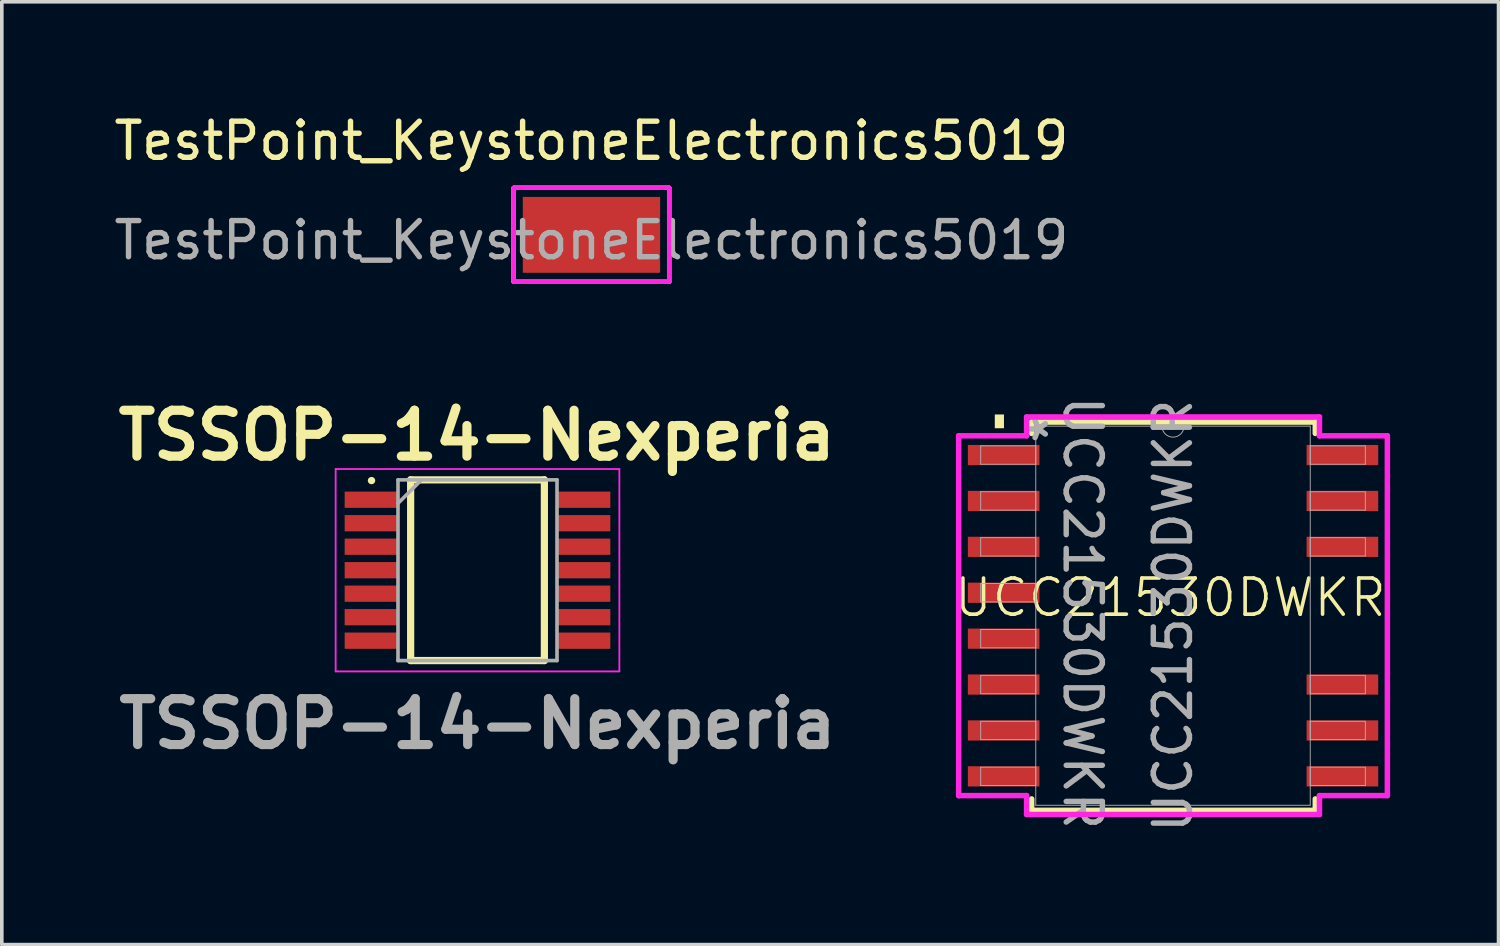
<source format=kicad_pcb>
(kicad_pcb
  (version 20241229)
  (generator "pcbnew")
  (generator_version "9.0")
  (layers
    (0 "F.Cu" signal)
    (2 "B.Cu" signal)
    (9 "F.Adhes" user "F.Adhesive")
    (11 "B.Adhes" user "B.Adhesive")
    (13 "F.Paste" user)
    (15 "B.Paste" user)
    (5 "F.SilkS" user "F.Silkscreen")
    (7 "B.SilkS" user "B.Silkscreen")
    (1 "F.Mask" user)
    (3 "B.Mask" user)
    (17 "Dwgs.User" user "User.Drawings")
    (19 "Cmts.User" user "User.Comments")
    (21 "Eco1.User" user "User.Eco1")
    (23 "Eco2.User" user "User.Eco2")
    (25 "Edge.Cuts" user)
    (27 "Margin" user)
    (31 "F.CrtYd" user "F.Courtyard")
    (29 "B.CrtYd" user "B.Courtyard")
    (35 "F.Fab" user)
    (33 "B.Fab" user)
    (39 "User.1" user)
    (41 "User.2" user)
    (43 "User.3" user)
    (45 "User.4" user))
  (footprint "UCC21530DWKR"
    (layer "F.Cu")
    (at 29.33 13.986)
    (property "Reference" "UCC21530DWKR" (at 0 -0.5 0) (unlocked yes) (layer "F.SilkS") (effects (font (size 1 1) (thickness 0.1))))
    (attr smd)
    (fp_line (start -3.835 -5.359) (end -3.835 -5.044) (stroke (width 0.152) (type solid)) (layer "F.SilkS"))
    (fp_line (start -3.835 5.07) (end -3.835 5.385) (stroke (width 0.152) (type solid)) (layer "F.SilkS"))
    (fp_line (start -3.835 5.385) (end 4.013 5.385) (stroke (width 0.152) (type solid)) (layer "F.SilkS"))
    (fp_line (start 4.013 -5.359) (end -3.835 -5.359) (stroke (width 0.152) (type solid)) (layer "F.SilkS"))
    (fp_line (start 4.013 -5.044) (end 4.013 -5.359) (stroke (width 0.152) (type solid)) (layer "F.SilkS"))
    (fp_line (start 4.013 5.385) (end 4.013 5.07) (stroke (width 0.152) (type solid)) (layer "F.SilkS"))
    (fp_rect (start -4.855 -5.568) (end -4.601 -5.187) (stroke (width 0) (type solid)) (fill yes) (layer "F.SilkS"))
    (fp_line (start -5.855 -4.978) (end -3.975 -4.978) (stroke (width 0.152) (type solid)) (layer "F.CrtYd"))
    (fp_line (start -5.855 4.978) (end -5.855 -4.978) (stroke (width 0.152) (type solid)) (layer "F.CrtYd"))
    (fp_line (start -5.855 4.978) (end -3.975 4.978) (stroke (width 0.152) (type solid)) (layer "F.CrtYd"))
    (fp_line (start -3.975 -5.499) (end 4.128 -5.499) (stroke (width 0.152) (type solid)) (layer "F.CrtYd"))
    (fp_line (start -3.975 -4.978) (end -3.975 -5.499) (stroke (width 0.152) (type solid)) (layer "F.CrtYd"))
    (fp_line (start -3.975 5.499) (end -3.975 4.978) (stroke (width 0.152) (type solid)) (layer "F.CrtYd"))
    (fp_line (start 4.128 -5.499) (end 4.128 -4.978) (stroke (width 0.152) (type solid)) (layer "F.CrtYd"))
    (fp_line (start 4.128 4.978) (end 4.128 5.499) (stroke (width 0.152) (type solid)) (layer "F.CrtYd"))
    (fp_line (start 4.128 5.499) (end -3.975 5.499) (stroke (width 0.152) (type solid)) (layer "F.CrtYd"))
    (fp_line (start 6.007 -4.978) (end 4.128 -4.978) (stroke (width 0.152) (type solid)) (layer "F.CrtYd"))
    (fp_line (start 6.007 -4.978) (end 6.007 4.978) (stroke (width 0.152) (type solid)) (layer "F.CrtYd"))
    (fp_line (start 6.007 4.978) (end 4.128 4.978) (stroke (width 0.152) (type solid)) (layer "F.CrtYd"))
    (fp_line (start -5.245 -4.699) (end -5.245 -4.191) (stroke (width 0.025) (type solid)) (layer "F.Fab"))
    (fp_line (start -5.245 -4.191) (end -3.721 -4.191) (stroke (width 0.025) (type solid)) (layer "F.Fab"))
    (fp_line (start -5.245 -3.429) (end -5.245 -2.921) (stroke (width 0.025) (type solid)) (layer "F.Fab"))
    (fp_line (start -5.245 -2.921) (end -3.721 -2.921) (stroke (width 0.025) (type solid)) (layer "F.Fab"))
    (fp_line (start -5.245 -2.159) (end -5.245 -1.651) (stroke (width 0.025) (type solid)) (layer "F.Fab"))
    (fp_line (start -5.245 -1.651) (end -3.721 -1.651) (stroke (width 0.025) (type solid)) (layer "F.Fab"))
    (fp_line (start -5.245 -0.889) (end -5.245 -0.381) (stroke (width 0.025) (type solid)) (layer "F.Fab"))
    (fp_line (start -5.245 -0.381) (end -3.721 -0.381) (stroke (width 0.025) (type solid)) (layer "F.Fab"))
    (fp_line (start -5.245 0.381) (end -5.245 0.889) (stroke (width 0.025) (type solid)) (layer "F.Fab"))
    (fp_line (start -5.245 0.889) (end -3.721 0.889) (stroke (width 0.025) (type solid)) (layer "F.Fab"))
    (fp_line (start -5.245 1.651) (end -5.245 2.159) (stroke (width 0.025) (type solid)) (layer "F.Fab"))
    (fp_line (start -5.245 2.159) (end -3.721 2.159) (stroke (width 0.025) (type solid)) (layer "F.Fab"))
    (fp_line (start -5.245 2.921) (end -5.245 3.429) (stroke (width 0.025) (type solid)) (layer "F.Fab"))
    (fp_line (start -5.245 3.429) (end -3.721 3.429) (stroke (width 0.025) (type solid)) (layer "F.Fab"))
    (fp_line (start -5.245 4.191) (end -5.245 4.699) (stroke (width 0.025) (type solid)) (layer "F.Fab"))
    (fp_line (start -5.245 4.699) (end -3.721 4.699) (stroke (width 0.025) (type solid)) (layer "F.Fab"))
    (fp_line (start -3.721 -5.245) (end -3.721 5.245) (stroke (width 0.025) (type solid)) (layer "F.Fab"))
    (fp_line (start -3.721 -4.699) (end -5.245 -4.699) (stroke (width 0.025) (type solid)) (layer "F.Fab"))
    (fp_line (start -3.721 -4.191) (end -3.721 -4.699) (stroke (width 0.025) (type solid)) (layer "F.Fab"))
    (fp_line (start -3.721 -3.429) (end -5.245 -3.429) (stroke (width 0.025) (type solid)) (layer "F.Fab"))
    (fp_line (start -3.721 -2.921) (end -3.721 -3.429) (stroke (width 0.025) (type solid)) (layer "F.Fab"))
    (fp_line (start -3.721 -2.159) (end -5.245 -2.159) (stroke (width 0.025) (type solid)) (layer "F.Fab"))
    (fp_line (start -3.721 -1.651) (end -3.721 -2.159) (stroke (width 0.025) (type solid)) (layer "F.Fab"))
    (fp_line (start -3.721 -0.889) (end -5.245 -0.889) (stroke (width 0.025) (type solid)) (layer "F.Fab"))
    (fp_line (start -3.721 -0.381) (end -3.721 -0.889) (stroke (width 0.025) (type solid)) (layer "F.Fab"))
    (fp_line (start -3.721 0.381) (end -5.245 0.381) (stroke (width 0.025) (type solid)) (layer "F.Fab"))
    (fp_line (start -3.721 0.889) (end -3.721 0.381) (stroke (width 0.025) (type solid)) (layer "F.Fab"))
    (fp_line (start -3.721 1.651) (end -5.245 1.651) (stroke (width 0.025) (type solid)) (layer "F.Fab"))
    (fp_line (start -3.721 2.159) (end -3.721 1.651) (stroke (width 0.025) (type solid)) (layer "F.Fab"))
    (fp_line (start -3.721 2.921) (end -5.245 2.921) (stroke (width 0.025) (type solid)) (layer "F.Fab"))
    (fp_line (start -3.721 3.429) (end -3.721 2.921) (stroke (width 0.025) (type solid)) (layer "F.Fab"))
    (fp_line (start -3.721 4.191) (end -5.245 4.191) (stroke (width 0.025) (type solid)) (layer "F.Fab"))
    (fp_line (start -3.721 4.699) (end -3.721 4.191) (stroke (width 0.025) (type solid)) (layer "F.Fab"))
    (fp_line (start -3.721 5.245) (end 3.873 5.245) (stroke (width 0.025) (type solid)) (layer "F.Fab"))
    (fp_line (start 3.873 -5.245) (end -3.721 -5.245) (stroke (width 0.025) (type solid)) (layer "F.Fab"))
    (fp_line (start 3.873 -4.699) (end 3.873 -4.191) (stroke (width 0.025) (type solid)) (layer "F.Fab"))
    (fp_line (start 3.873 -4.191) (end 5.397 -4.191) (stroke (width 0.025) (type solid)) (layer "F.Fab"))
    (fp_line (start 3.873 -3.429) (end 3.873 -2.921) (stroke (width 0.025) (type solid)) (layer "F.Fab"))
    (fp_line (start 3.873 -2.921) (end 5.397 -2.921) (stroke (width 0.025) (type solid)) (layer "F.Fab"))
    (fp_line (start 3.873 -2.159) (end 3.873 -1.651) (stroke (width 0.025) (type solid)) (layer "F.Fab"))
    (fp_line (start 3.873 -1.651) (end 5.397 -1.651) (stroke (width 0.025) (type solid)) (layer "F.Fab"))
    (fp_line (start 3.873 1.651) (end 3.873 2.159) (stroke (width 0.025) (type solid)) (layer "F.Fab"))
    (fp_line (start 3.873 2.159) (end 5.397 2.159) (stroke (width 0.025) (type solid)) (layer "F.Fab"))
    (fp_line (start 3.873 2.921) (end 3.873 3.429) (stroke (width 0.025) (type solid)) (layer "F.Fab"))
    (fp_line (start 3.873 3.429) (end 5.397 3.429) (stroke (width 0.025) (type solid)) (layer "F.Fab"))
    (fp_line (start 3.873 4.191) (end 3.873 4.699) (stroke (width 0.025) (type solid)) (layer "F.Fab"))
    (fp_line (start 3.873 4.699) (end 5.397 4.699) (stroke (width 0.025) (type solid)) (layer "F.Fab"))
    (fp_line (start 3.873 5.245) (end 3.873 -5.245) (stroke (width 0.025) (type solid)) (layer "F.Fab"))
    (fp_line (start 5.397 -4.699) (end 3.873 -4.699) (stroke (width 0.025) (type solid)) (layer "F.Fab"))
    (fp_line (start 5.397 -4.191) (end 5.397 -4.699) (stroke (width 0.025) (type solid)) (layer "F.Fab"))
    (fp_line (start 5.397 -3.429) (end 3.873 -3.429) (stroke (width 0.025) (type solid)) (layer "F.Fab"))
    (fp_line (start 5.397 -2.921) (end 5.397 -3.429) (stroke (width 0.025) (type solid)) (layer "F.Fab"))
    (fp_line (start 5.397 -2.159) (end 3.873 -2.159) (stroke (width 0.025) (type solid)) (layer "F.Fab"))
    (fp_line (start 5.397 -1.651) (end 5.397 -2.159) (stroke (width 0.025) (type solid)) (layer "F.Fab"))
    (fp_line (start 5.397 1.651) (end 3.873 1.651) (stroke (width 0.025) (type solid)) (layer "F.Fab"))
    (fp_line (start 5.397 2.159) (end 5.397 1.651) (stroke (width 0.025) (type solid)) (layer "F.Fab"))
    (fp_line (start 5.397 2.921) (end 3.873 2.921) (stroke (width 0.025) (type solid)) (layer "F.Fab"))
    (fp_line (start 5.397 3.429) (end 5.397 2.921) (stroke (width 0.025) (type solid)) (layer "F.Fab"))
    (fp_line (start 5.397 4.191) (end 3.873 4.191) (stroke (width 0.025) (type solid)) (layer "F.Fab"))
    (fp_line (start 5.397 4.699) (end 5.397 4.191) (stroke (width 0.025) (type solid)) (layer "F.Fab"))
    (fp_arc (start 0.381 -5.2451) (mid 0.0762 -4.9403) (end -0.2286 -5.2451) (stroke (width 0.0254) (type solid)) (layer "F.Fab"))
    (fp_text user "*" (at -3.34 -5.169 90) (unlocked yes) (layer "F.Fab") (effects (font (size 1 1) (thickness 0.15))))
    (fp_text user "${REFERENCE}" (at -2.424 -0.076 270) (unlocked yes) (layer "F.Fab") (effects (font (size 1 1) (thickness 0.15))))
    (fp_text user "${REFERENCE}" (at 0.076 0 90) (unlocked yes) (layer "F.Fab") (effects (font (size 1 1) (thickness 0.15))))
    (pad "1" smd rect (at -4.61 -4.445 180) (size 1.981 0.559) (layers "F.Cu" "F.Mask" "F.Paste"))
    (pad "2" smd rect (at -4.61 -3.175 180) (size 1.981 0.559) (layers "F.Cu" "F.Mask" "F.Paste"))
    (pad "3" smd rect (at -4.61 -1.905 180) (size 1.981 0.559) (layers "F.Cu" "F.Mask" "F.Paste"))
    (pad "4" smd rect (at -4.61 -0.635 180) (size 1.981 0.559) (layers "F.Cu" "F.Mask" "F.Paste"))
    (pad "5" smd rect (at -4.61 0.635 180) (size 1.981 0.559) (layers "F.Cu" "F.Mask" "F.Paste"))
    (pad "6" smd rect (at -4.61 1.905 180) (size 1.981 0.559) (layers "F.Cu" "F.Mask" "F.Paste"))
    (pad "7" smd rect (at -4.61 3.175 180) (size 1.981 0.559) (layers "F.Cu" "F.Mask" "F.Paste"))
    (pad "8" smd rect (at -4.61 4.445 180) (size 1.981 0.559) (layers "F.Cu" "F.Mask" "F.Paste"))
    (pad "9" smd rect (at 4.763 4.445 180) (size 1.981 0.559) (layers "F.Cu" "F.Mask" "F.Paste"))
    (pad "10" smd rect (at 4.763 3.175 180) (size 1.981 0.559) (layers "F.Cu" "F.Mask" "F.Paste"))
    (pad "11" smd rect (at 4.763 1.905 180) (size 1.981 0.559) (layers "F.Cu" "F.Mask" "F.Paste"))
    (pad "14" smd rect (at 4.763 -1.905 180) (size 1.981 0.559) (layers "F.Cu" "F.Mask" "F.Paste"))
    (pad "15" smd rect (at 4.763 -3.175 180) (size 1.981 0.559) (layers "F.Cu" "F.Mask" "F.Paste"))
    (pad "16" smd rect (at 4.763 -4.445 180) (size 1.981 0.559) (layers "F.Cu" "F.Mask" "F.Paste")))
  (footprint "TestPoint_KeystoneElectronics5019"
    (layer "F.Cu")
    (at 13.315 3.448)
    (property "Reference" "TestPoint_KeystoneElectronics5019" (at 0 -2.6 0) (layer "F.SilkS") (effects (font (size 1 1) (thickness 0.15))))
    (attr through_hole)
    (fp_line (start -2.15 -1.3) (end 2.15 -1.3) (stroke (width 0.12) (type solid)) (layer "F.SilkS"))
    (fp_line (start -2.15 1.3) (end -2.15 -1.3) (stroke (width 0.12) (type solid)) (layer "F.SilkS"))
    (fp_line (start 2.15 -1.3) (end 2.15 1.3) (stroke (width 0.12) (type solid)) (layer "F.SilkS"))
    (fp_line (start 2.15 1.3) (end -2.15 1.3) (stroke (width 0.12) (type solid)) (layer "F.SilkS"))
    (fp_line (start -2.15 -1.3) (end 2.15 -1.3) (stroke (width 0.12) (type solid)) (layer "F.CrtYd"))
    (fp_line (start -2.15 1.3) (end -2.15 -1.3) (stroke (width 0.12) (type solid)) (layer "F.CrtYd"))
    (fp_line (start 2.15 -1.3) (end 2.15 1.3) (stroke (width 0.12) (type solid)) (layer "F.CrtYd"))
    (fp_line (start 2.15 1.3) (end -2.15 1.3) (stroke (width 0.12) (type solid)) (layer "F.CrtYd"))
    (fp_line (start -2.15 -1.3) (end 2.15 -1.3) (stroke (width 0.12) (type solid)) (layer "F.Fab"))
    (fp_line (start -2.15 1.25) (end -2.15 -1.25) (stroke (width 0.12) (type solid)) (layer "F.Fab"))
    (fp_line (start 2.15 -1.25) (end 2.15 1.25) (stroke (width 0.12) (type solid)) (layer "F.Fab"))
    (fp_line (start 2.15 1.3) (end -2.15 1.3) (stroke (width 0.12) (type solid)) (layer "F.Fab"))
    (fp_text user "${REFERENCE}" (at 0 0.15 0) (layer "F.Fab") (effects (font (size 1 1) (thickness 0.15))))
    (pad "1" smd rect (at 0 0) (size 3.8 2.1) (layers "F.Cu" "F.Mask" "F.Paste")))
  (footprint "TSSOP-14-Nexperia"
    (layer "F.Cu")
    (at 10.162 12.727)
    (property "Reference" "TSSOP-14-Nexperia" (at -0.02 -3.73 0) (layer "F.SilkS") (effects (font (size 1.27 1.27) (thickness 0.254))))
    (attr smd)
    (fp_line (start -2.93 -2.48) (end -2.935 -2.48) (stroke (width 0.2) (type solid)) (layer "F.SilkS"))
    (fp_line (start -1.85 -2.5) (end 1.85 -2.5) (stroke (width 0.2) (type solid)) (layer "F.SilkS"))
    (fp_line (start -1.85 2.5) (end -1.85 -2.5) (stroke (width 0.2) (type solid)) (layer "F.SilkS"))
    (fp_line (start 1.85 -2.5) (end 1.85 2.5) (stroke (width 0.2) (type solid)) (layer "F.SilkS"))
    (fp_line (start 1.85 2.5) (end -1.85 2.5) (stroke (width 0.2) (type solid)) (layer "F.SilkS"))
    (fp_line (start -3.925 -2.8) (end 3.925 -2.8) (stroke (width 0.05) (type solid)) (layer "F.CrtYd"))
    (fp_line (start -3.925 2.8) (end -3.925 -2.8) (stroke (width 0.05) (type solid)) (layer "F.CrtYd"))
    (fp_line (start 3.925 -2.8) (end 3.925 2.8) (stroke (width 0.05) (type solid)) (layer "F.CrtYd"))
    (fp_line (start 3.925 2.8) (end -3.925 2.8) (stroke (width 0.05) (type solid)) (layer "F.CrtYd"))
    (fp_line (start -2.2 -2.5) (end 2.2 -2.5) (stroke (width 0.1) (type solid)) (layer "F.Fab"))
    (fp_line (start -2.2 -1.85) (end -1.55 -2.5) (stroke (width 0.1) (type solid)) (layer "F.Fab"))
    (fp_line (start -2.2 2.5) (end -2.2 -2.5) (stroke (width 0.1) (type solid)) (layer "F.Fab"))
    (fp_line (start 2.2 -2.5) (end 2.2 2.5) (stroke (width 0.1) (type solid)) (layer "F.Fab"))
    (fp_line (start 2.2 2.5) (end -2.2 2.5) (stroke (width 0.1) (type solid)) (layer "F.Fab"))
    (fp_text user "${REFERENCE}" (at 0 4.25 0) (layer "F.Fab") (effects (font (size 1.27 1.27) (thickness 0.254))))
    (pad "1" smd rect (at -2.938 -1.95 90) (size 0.45 1.475) (layers "F.Cu" "F.Mask" "F.Paste"))
    (pad "2" smd rect (at -2.938 -1.3 90) (size 0.45 1.475) (layers "F.Cu" "F.Mask" "F.Paste"))
    (pad "3" smd rect (at -2.938 -0.65 90) (size 0.45 1.475) (layers "F.Cu" "F.Mask" "F.Paste"))
    (pad "4" smd rect (at -2.938 0 90) (size 0.45 1.475) (layers "F.Cu" "F.Mask" "F.Paste"))
    (pad "5" smd rect (at -2.938 0.65 90) (size 0.45 1.475) (layers "F.Cu" "F.Mask" "F.Paste"))
    (pad "6" smd rect (at -2.938 1.3 90) (size 0.45 1.475) (layers "F.Cu" "F.Mask" "F.Paste"))
    (pad "7" smd rect (at -2.938 1.95 90) (size 0.45 1.475) (layers "F.Cu" "F.Mask" "F.Paste"))
    (pad "8" smd rect (at 2.938 1.95 90) (size 0.45 1.475) (layers "F.Cu" "F.Mask" "F.Paste"))
    (pad "9" smd rect (at 2.938 1.3 90) (size 0.45 1.475) (layers "F.Cu" "F.Mask" "F.Paste"))
    (pad "10" smd rect (at 2.938 0.65 90) (size 0.45 1.475) (layers "F.Cu" "F.Mask" "F.Paste"))
    (pad "11" smd rect (at 2.938 0 90) (size 0.45 1.475) (layers "F.Cu" "F.Mask" "F.Paste"))
    (pad "12" smd rect (at 2.938 -0.65 90) (size 0.45 1.475) (layers "F.Cu" "F.Mask" "F.Paste"))
    (pad "13" smd rect (at 2.938 -1.3 90) (size 0.45 1.475) (layers "F.Cu" "F.Mask" "F.Paste"))
    (pad "14" smd rect (at 2.938 -1.95 90) (size 0.45 1.475) (layers "F.Cu" "F.Mask" "F.Paste")))
  (gr_rect
    (start -3 -3)
    (end 38.413 23.087)
    (stroke (width 0.1) (type default))
    (fill no)
    (layer "Edge.Cuts")))
</source>
